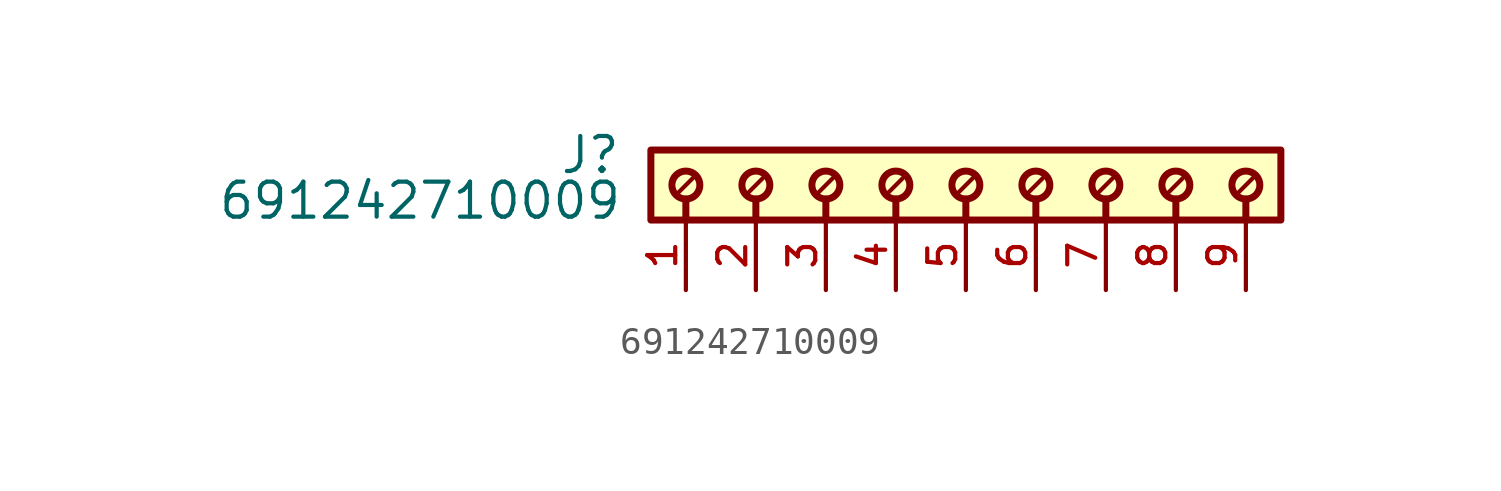
<source format=kicad_sym>
(kicad_symbol_lib
  (version 20211014)
  (generator kicad_symbol_editor)
  (symbol "691242710009"
    (pin_names
      (offset 1.016))
    (property "Reference" "J"
      (at -12.5 -0.922 0)
      (effects (font (size 1.27 1.27)) (justify bottom right)))
    (property "Value" "691242710009"
      (at -12.45 -2.58 0)
      (effects (font (size 1.27 1.27)) (justify bottom right)))
    (symbol "691242710009_0_0"
      (polyline (pts (xy -10.16 -1.778) (xy -10.16 -2.54)) (stroke (width 0.254)))
      (polyline (pts (xy -7.62 -1.778) (xy -7.62 -2.54)) (stroke (width 0.254)))
      (polyline (pts (xy -9.906 -1.016) (xy -10.414 -1.524)) (stroke (width 0.152)))
      (polyline (pts (xy -7.366 -1.016) (xy -7.874 -1.524)) (stroke (width 0.152)))
      (polyline (pts (xy -5.08 -1.778) (xy -5.08 -2.54)) (stroke (width 0.254)))
      (polyline (pts (xy -4.826 -1.016) (xy -5.334 -1.524)) (stroke (width 0.152)))
      (polyline (pts (xy -2.54 -1.778) (xy -2.54 -2.54)) (stroke (width 0.254)))
      (polyline (pts (xy -2.286 -1.016) (xy -2.794 -1.524)) (stroke (width 0.152)))
      (polyline (pts (xy 0.0 -1.778) (xy 0.0 -2.54)) (stroke (width 0.254)))
      (polyline (pts (xy 0.254 -1.016) (xy -0.254 -1.524)) (stroke (width 0.152)))
      (polyline (pts (xy 2.54 -1.778) (xy 2.54 -2.54)) (stroke (width 0.254)))
      (polyline (pts (xy 2.794 -1.016) (xy 2.286 -1.524)) (stroke (width 0.152)))
      (polyline (pts (xy 5.08 -1.778) (xy 5.08 -2.54)) (stroke (width 0.254)))
      (polyline (pts (xy 5.334 -1.016) (xy 4.826 -1.524)) (stroke (width 0.152)))
      (polyline (pts (xy 7.62 -1.778) (xy 7.62 -2.54)) (stroke (width 0.254)))
      (polyline (pts (xy 7.874 -1.016) (xy 7.366 -1.524)) (stroke (width 0.152)))
      (polyline (pts (xy 10.16 -1.778) (xy 10.16 -2.54)) (stroke (width 0.254)))
      (polyline (pts (xy 10.414 -1.016) (xy 9.906 -1.524)) (stroke (width 0.152)))
      (circle (center -10.16 -1.27) (radius 0.508) (stroke (width 0.254)) (fill (type none)))
      (circle (center -7.62 -1.27) (radius 0.508) (stroke (width 0.254)) (fill (type none)))
      (circle (center -5.08 -1.27) (radius 0.508) (stroke (width 0.254)) (fill (type none)))
      (circle (center -2.54 -1.27) (radius 0.508) (stroke (width 0.254)) (fill (type none)))
      (circle (center 0.0 -1.27) (radius 0.508) (stroke (width 0.254)) (fill (type none)))
      (circle (center 2.54 -1.27) (radius 0.508) (stroke (width 0.254)) (fill (type none)))
      (circle (center 5.08 -1.27) (radius 0.508) (stroke (width 0.254)) (fill (type none)))
      (circle (center 7.62 -1.27) (radius 0.508) (stroke (width 0.254)) (fill (type none)))
      (circle (center 10.16 -1.27) (radius 0.508) (stroke (width 0.254)) (fill (type none)))
      (rectangle (start -11.43 -2.54) (end 11.43 -2.22044604925e-16) (stroke (width 0.254)) (fill (type background)))
      (pin passive line (at -10.16 -5.08 90.0) (length 2.54) (name "~" (effects (font (size 1.016 1.016)))) (number "1" (effects (font (size 1.016 1.016)))))
      (pin passive line (at -7.62 -5.08 90.0) (length 2.54) (name "~" (effects (font (size 1.016 1.016)))) (number "2" (effects (font (size 1.016 1.016)))))
      (pin passive line (at -5.08 -5.08 90.0) (length 2.54) (name "~" (effects (font (size 1.016 1.016)))) (number "3" (effects (font (size 1.016 1.016)))))
      (pin passive line (at -2.54 -5.08 90.0) (length 2.54) (name "~" (effects (font (size 1.016 1.016)))) (number "4" (effects (font (size 1.016 1.016)))))
      (pin passive line (at 0.0 -5.08 90.0) (length 2.54) (name "~" (effects (font (size 1.016 1.016)))) (number "5" (effects (font (size 1.016 1.016)))))
      (pin passive line (at 2.54 -5.08 90.0) (length 2.54) (name "~" (effects (font (size 1.016 1.016)))) (number "6" (effects (font (size 1.016 1.016)))))
      (pin passive line (at 5.08 -5.08 90.0) (length 2.54) (name "~" (effects (font (size 1.016 1.016)))) (number "7" (effects (font (size 1.016 1.016)))))
      (pin passive line (at 7.62 -5.08 90.0) (length 2.54) (name "~" (effects (font (size 1.016 1.016)))) (number "8" (effects (font (size 1.016 1.016)))))
      (pin passive line (at 10.16 -5.08 90.0) (length 2.54) (name "~" (effects (font (size 1.016 1.016)))) (number "9" (effects (font (size 1.016 1.016))))))))
</source>
